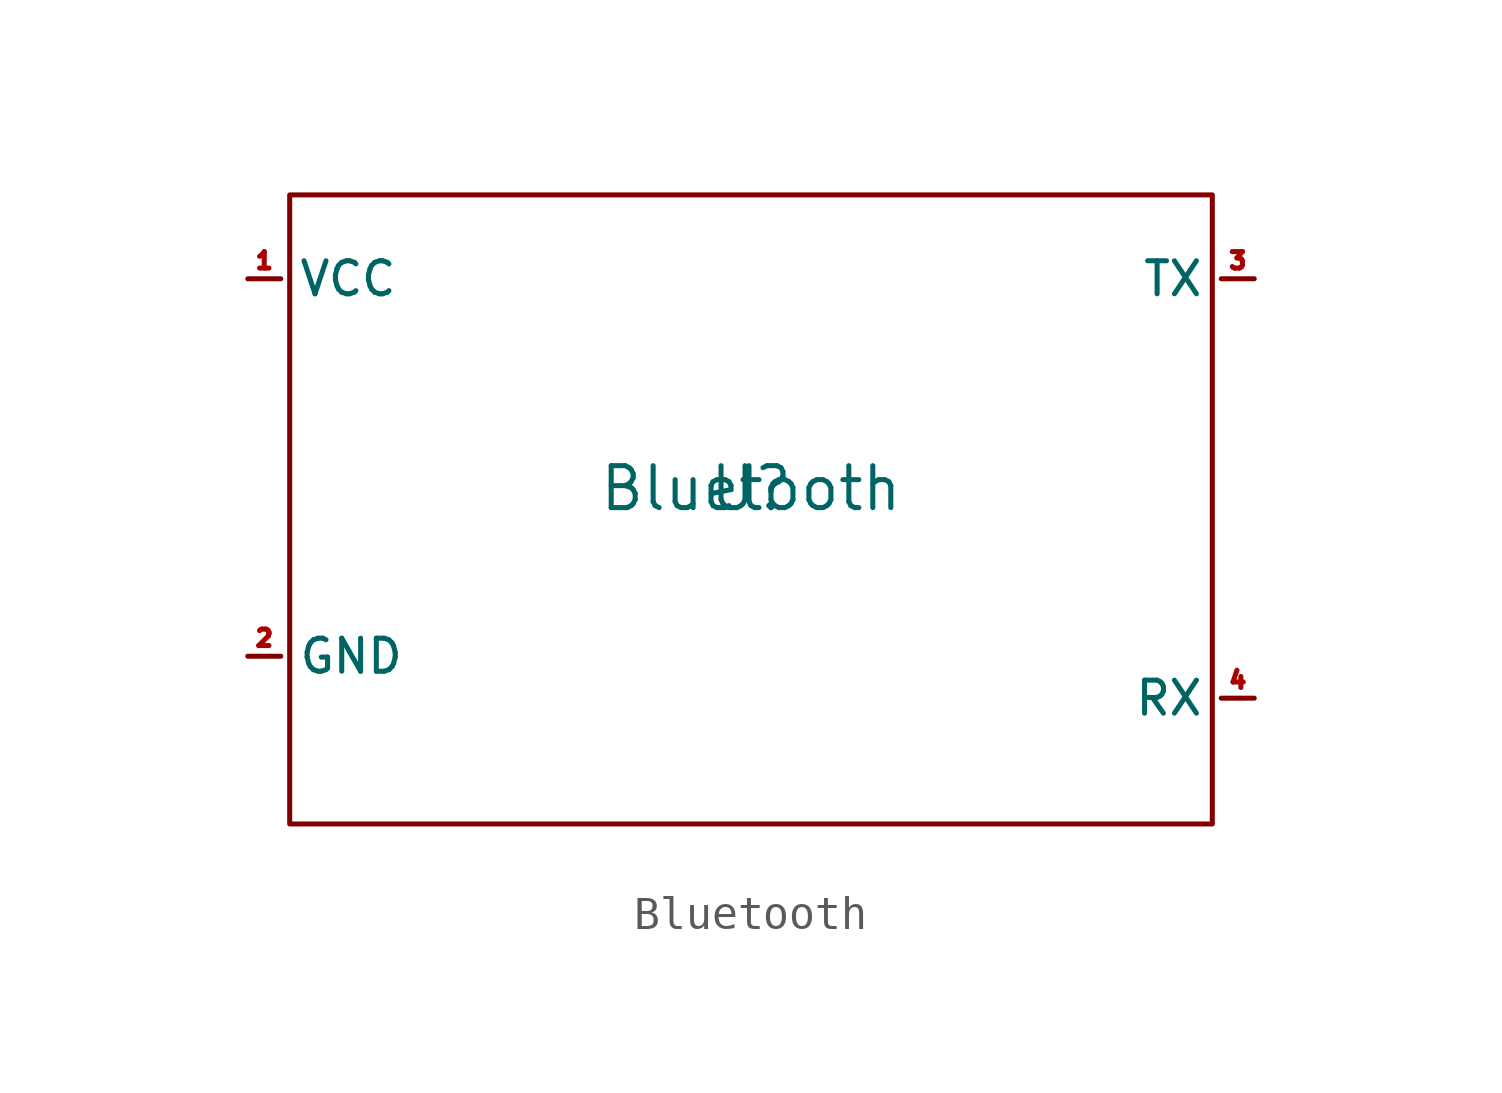
<source format=kicad_sym>
(kicad_symbol_lib
  (version 20211014)
  (generator kicad_symbol_editor)
  (symbol "Bluetooth"
    (property "Reference" "U"
      (at 0 0 0)
      (effects (font (size 1.27 1.27))))
    (property "Value" "Bluetooth"
      (at 0 0 0)
      (effects (font (size 1.27 1.27))))
    (symbol "Bluetooth_0_1"
      (rectangle (start -13.97 8.89) (end 13.97 -10.16) (stroke (width 0) (type default) (color 0 0 0 0)) (fill (type none))))
    (symbol "Bluetooth_1_1"
      (pin bidirectional line (at -15.24 6.35 0) (length 1) (name "VCC" (effects (font (size 1 1)))) (number "1" (effects (font (size 0.5 0.5)))))
      (pin bidirectional line (at -15.24 -5.08 0) (length 1) (name "GND" (effects (font (size 1 1)))) (number "2" (effects (font (size 0.5 0.5)))))
      (pin bidirectional line (at 15.24 6.35 180) (length 1) (name "TX" (effects (font (size 1 1)))) (number "3" (effects (font (size 0.5 0.5)))))
      (pin bidirectional line (at 15.24 -6.35 180) (length 1) (name "RX" (effects (font (size 1 1)))) (number "4" (effects (font (size 0.5 0.5))))))))
</source>
